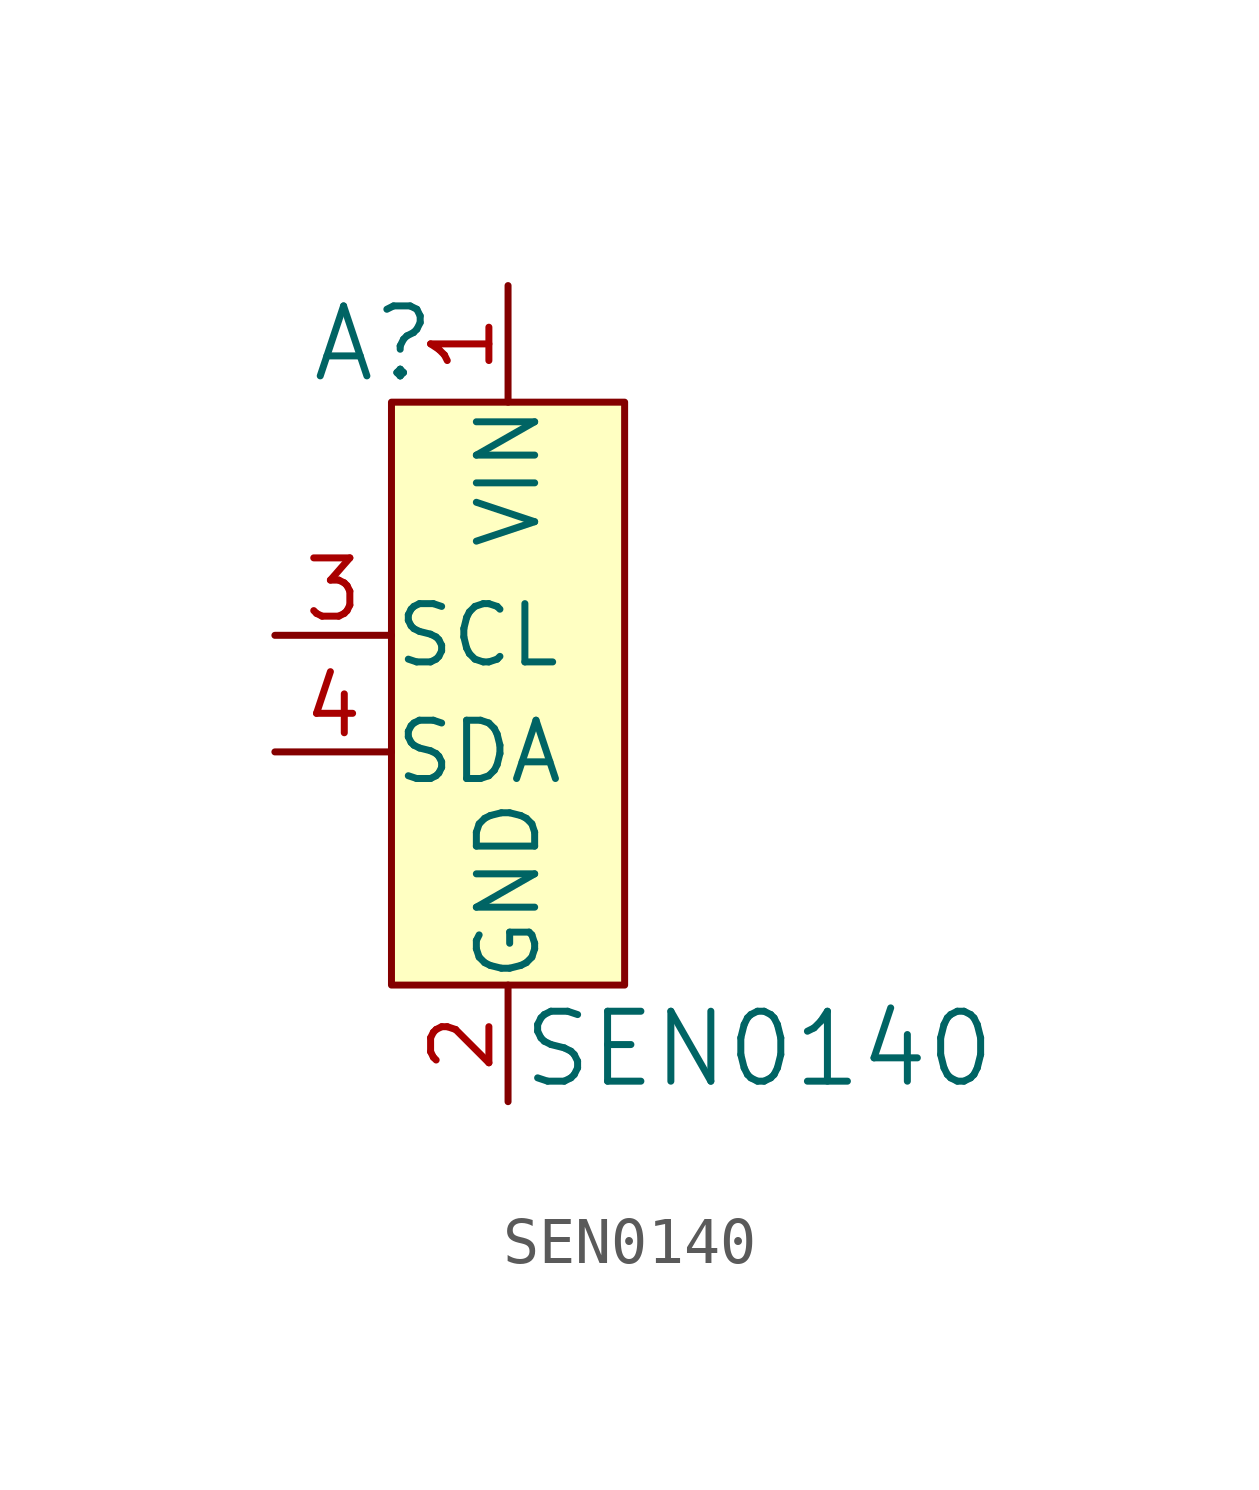
<source format=kicad_sym>
(kicad_symbol_lib
  (version 20220914)
  (generator kicad_symbol_editor)
  (symbol "SEN0140"
    (pin_names
      (offset 0.025))
    (property "Reference" "A"
      (at -1.524 6.35 0)
      (effects (font (size 1.524 1.524)) (justify right)))
    (property "Value" "SEN0140"
      (at 0.254 -9.017 0)
      (effects (font (size 1.524 1.524)) (justify left)))
    (symbol "SEN0140_0_1"
      (rectangle (start -2.54 5.08) (end 2.54 -7.62) (stroke (width 0) (type solid)) (fill (type background))))
    (symbol "SEN0140_1_1"
      (pin power_in line (at 0 7.62 270) (length 2.54) (name "VIN" (effects (font (size 1.27 1.27)))) (number "1" (effects (font (size 1.27 1.27)))))
      (pin power_in line (at 0 -10.16 90) (length 2.54) (name "GND" (effects (font (size 1.27 1.27)))) (number "2" (effects (font (size 1.27 1.27)))))
      (pin bidirectional line (at -5.08 0 0) (length 2.54) (name "SCL" (effects (font (size 1.27 1.27)))) (number "3" (effects (font (size 1.27 1.27)))))
      (pin bidirectional line (at -5.08 -2.54 0) (length 2.54) (name "SDA" (effects (font (size 1.27 1.27)))) (number "4" (effects (font (size 1.27 1.27))))))))
</source>
